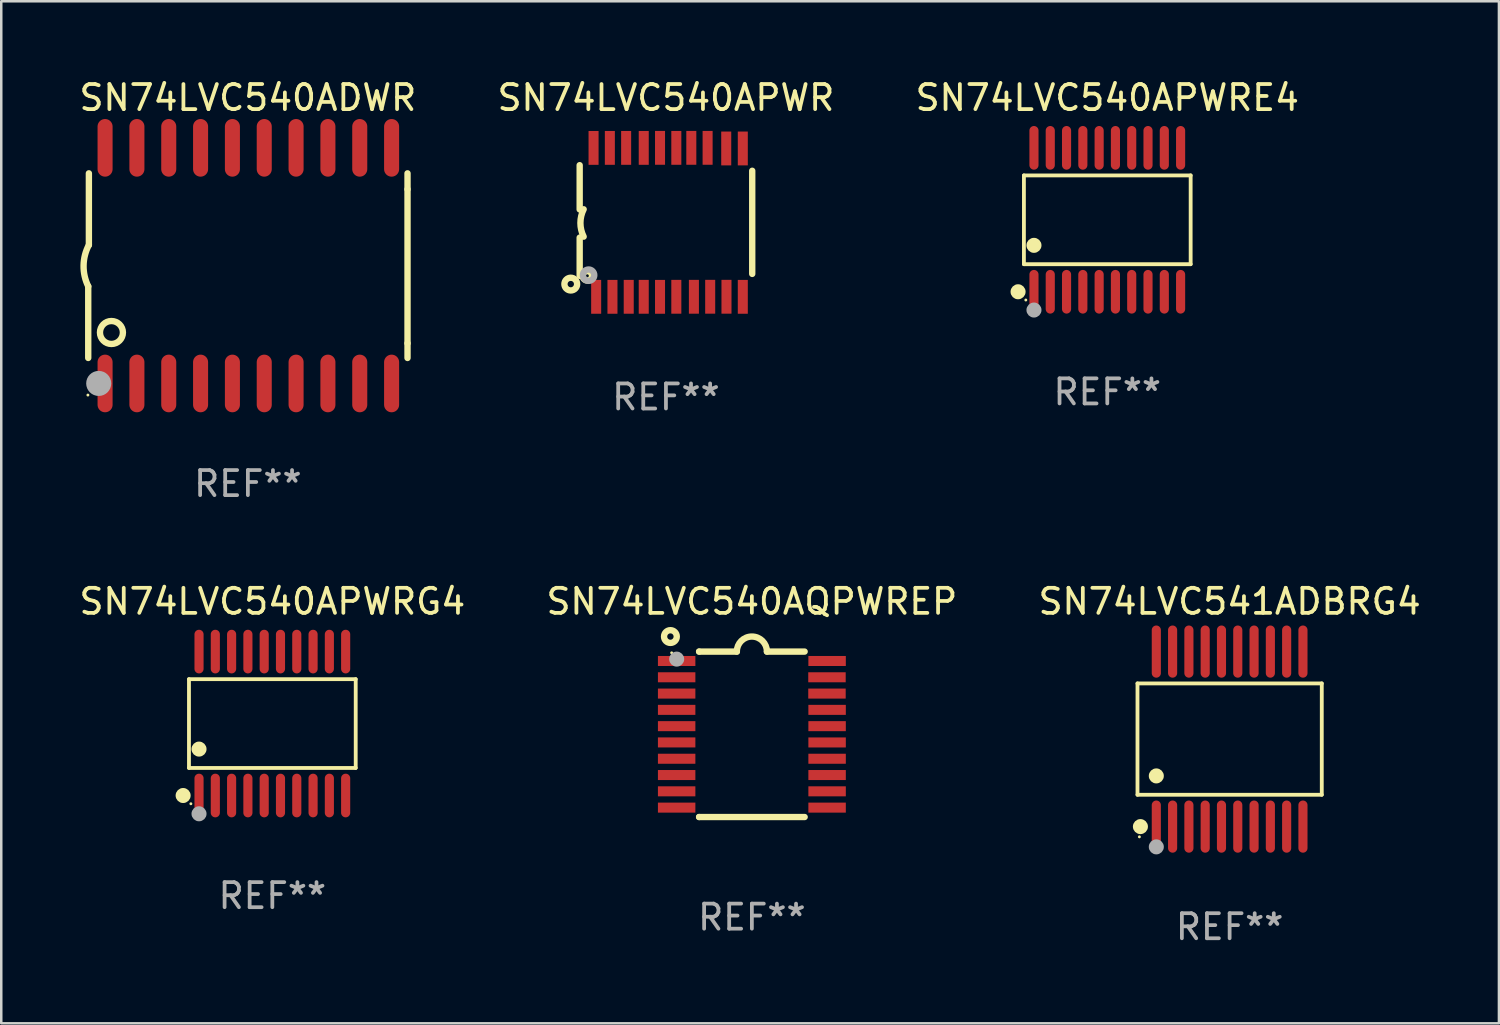
<source format=kicad_pcb>
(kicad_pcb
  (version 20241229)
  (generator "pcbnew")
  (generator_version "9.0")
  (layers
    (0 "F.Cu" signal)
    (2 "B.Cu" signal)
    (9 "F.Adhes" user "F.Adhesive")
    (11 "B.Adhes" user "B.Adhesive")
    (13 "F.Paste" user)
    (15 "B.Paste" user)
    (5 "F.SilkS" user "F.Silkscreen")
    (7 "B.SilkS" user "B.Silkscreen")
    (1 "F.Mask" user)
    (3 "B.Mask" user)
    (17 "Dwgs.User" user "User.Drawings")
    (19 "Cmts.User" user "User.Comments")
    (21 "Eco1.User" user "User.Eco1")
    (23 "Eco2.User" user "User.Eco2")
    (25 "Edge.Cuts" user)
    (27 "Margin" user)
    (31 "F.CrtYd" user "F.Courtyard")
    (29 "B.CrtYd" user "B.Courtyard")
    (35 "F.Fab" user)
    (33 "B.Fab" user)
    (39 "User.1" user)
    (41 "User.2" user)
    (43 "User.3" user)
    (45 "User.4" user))
  (footprint "SN74LVC540APWRG4"
    (layer "F.Cu")
    (at 7.815 25.816)
    (property "Reference" "SN74LVC540APWRG4" (at 0 -4.871 0) (layer "F.SilkS") (effects (font (size 1 1) (thickness 0.15))))
    (attr through_hole)
    (fp_line (start -3.326 -1.771) (end 3.326 -1.771) (stroke (width 0.152) (type solid)) (layer "F.SilkS"))
    (fp_line (start -3.326 1.771) (end -3.326 -1.771) (stroke (width 0.152) (type solid)) (layer "F.SilkS"))
    (fp_line (start 3.326 -1.771) (end 3.326 1.771) (stroke (width 0.152) (type solid)) (layer "F.SilkS"))
    (fp_line (start 3.326 1.771) (end -3.326 1.771) (stroke (width 0.152) (type solid)) (layer "F.SilkS"))
    (fp_circle (center -3.559 2.871) (end -3.409 2.871) (stroke (width 0.3) (type solid)) (fill no) (layer "F.SilkS"))
    (fp_circle (center -3.25 3.2) (end -3.22 3.2) (stroke (width 0.06) (type solid)) (fill no) (layer "F.SilkS"))
    (fp_circle (center -2.925 1.019) (end -2.775 1.019) (stroke (width 0.3) (type solid)) (fill no) (layer "F.SilkS"))
    (fp_circle (center -2.925 3.6) (end -2.775 3.6) (stroke (width 0.3) (type solid)) (fill no) (layer "F.Fab"))
    (fp_text user "REF**" (at 0 6.871 0) (layer "F.Fab") (effects (font (size 1 1) (thickness 0.15))))
    (pad "1" smd oval (at -2.925 2.871) (size 0.364 1.742) (layers "F.Cu" "F.Mask" "F.Paste"))
    (pad "2" smd oval (at -2.275 2.871) (size 0.364 1.742) (layers "F.Cu" "F.Mask" "F.Paste"))
    (pad "3" smd oval (at -1.625 2.871) (size 0.364 1.742) (layers "F.Cu" "F.Mask" "F.Paste"))
    (pad "4" smd oval (at -0.975 2.871) (size 0.364 1.742) (layers "F.Cu" "F.Mask" "F.Paste"))
    (pad "5" smd oval (at -0.325 2.871) (size 0.364 1.742) (layers "F.Cu" "F.Mask" "F.Paste"))
    (pad "6" smd oval (at 0.325 2.871) (size 0.364 1.742) (layers "F.Cu" "F.Mask" "F.Paste"))
    (pad "7" smd oval (at 0.975 2.871) (size 0.364 1.742) (layers "F.Cu" "F.Mask" "F.Paste"))
    (pad "8" smd oval (at 1.625 2.871) (size 0.364 1.742) (layers "F.Cu" "F.Mask" "F.Paste"))
    (pad "9" smd oval (at 2.275 2.871) (size 0.364 1.742) (layers "F.Cu" "F.Mask" "F.Paste"))
    (pad "10" smd oval (at 2.925 2.871) (size 0.364 1.742) (layers "F.Cu" "F.Mask" "F.Paste"))
    (pad "11" smd oval (at 2.925 -2.871) (size 0.364 1.742) (layers "F.Cu" "F.Mask" "F.Paste"))
    (pad "12" smd oval (at 2.275 -2.871) (size 0.364 1.742) (layers "F.Cu" "F.Mask" "F.Paste"))
    (pad "13" smd oval (at 1.625 -2.871) (size 0.364 1.742) (layers "F.Cu" "F.Mask" "F.Paste"))
    (pad "14" smd oval (at 0.975 -2.871) (size 0.364 1.742) (layers "F.Cu" "F.Mask" "F.Paste"))
    (pad "15" smd oval (at 0.325 -2.871) (size 0.364 1.742) (layers "F.Cu" "F.Mask" "F.Paste"))
    (pad "16" smd oval (at -0.325 -2.871) (size 0.364 1.742) (layers "F.Cu" "F.Mask" "F.Paste"))
    (pad "17" smd oval (at -0.975 -2.871) (size 0.364 1.742) (layers "F.Cu" "F.Mask" "F.Paste"))
    (pad "18" smd oval (at -1.625 -2.871) (size 0.364 1.742) (layers "F.Cu" "F.Mask" "F.Paste"))
    (pad "19" smd oval (at -2.275 -2.871) (size 0.364 1.742) (layers "F.Cu" "F.Mask" "F.Paste"))
    (pad "20" smd oval (at -2.925 -2.871) (size 0.364 1.742) (layers "F.Cu" "F.Mask" "F.Paste")))
  (footprint "SN74LVC540APWRE4"
    (layer "F.Cu")
    (at 41.125 5.719)
    (property "Reference" "SN74LVC540APWRE4" (at 0 -4.871 0) (layer "F.SilkS") (effects (font (size 1 1) (thickness 0.15))))
    (attr through_hole)
    (fp_line (start -3.326 -1.771) (end 3.326 -1.771) (stroke (width 0.152) (type solid)) (layer "F.SilkS"))
    (fp_line (start -3.326 1.771) (end -3.326 -1.771) (stroke (width 0.152) (type solid)) (layer "F.SilkS"))
    (fp_line (start 3.326 -1.771) (end 3.326 1.771) (stroke (width 0.152) (type solid)) (layer "F.SilkS"))
    (fp_line (start 3.326 1.771) (end -3.326 1.771) (stroke (width 0.152) (type solid)) (layer "F.SilkS"))
    (fp_circle (center -3.559 2.871) (end -3.409 2.871) (stroke (width 0.3) (type solid)) (fill no) (layer "F.SilkS"))
    (fp_circle (center -3.25 3.2) (end -3.22 3.2) (stroke (width 0.06) (type solid)) (fill no) (layer "F.SilkS"))
    (fp_circle (center -2.925 1.019) (end -2.775 1.019) (stroke (width 0.3) (type solid)) (fill no) (layer "F.SilkS"))
    (fp_circle (center -2.925 3.6) (end -2.775 3.6) (stroke (width 0.3) (type solid)) (fill no) (layer "F.Fab"))
    (fp_text user "REF**" (at 0 6.871 0) (layer "F.Fab") (effects (font (size 1 1) (thickness 0.15))))
    (pad "1" smd oval (at -2.925 2.871) (size 0.364 1.742) (layers "F.Cu" "F.Mask" "F.Paste"))
    (pad "2" smd oval (at -2.275 2.871) (size 0.364 1.742) (layers "F.Cu" "F.Mask" "F.Paste"))
    (pad "3" smd oval (at -1.625 2.871) (size 0.364 1.742) (layers "F.Cu" "F.Mask" "F.Paste"))
    (pad "4" smd oval (at -0.975 2.871) (size 0.364 1.742) (layers "F.Cu" "F.Mask" "F.Paste"))
    (pad "5" smd oval (at -0.325 2.871) (size 0.364 1.742) (layers "F.Cu" "F.Mask" "F.Paste"))
    (pad "6" smd oval (at 0.325 2.871) (size 0.364 1.742) (layers "F.Cu" "F.Mask" "F.Paste"))
    (pad "7" smd oval (at 0.975 2.871) (size 0.364 1.742) (layers "F.Cu" "F.Mask" "F.Paste"))
    (pad "8" smd oval (at 1.625 2.871) (size 0.364 1.742) (layers "F.Cu" "F.Mask" "F.Paste"))
    (pad "9" smd oval (at 2.275 2.871) (size 0.364 1.742) (layers "F.Cu" "F.Mask" "F.Paste"))
    (pad "10" smd oval (at 2.925 2.871) (size 0.364 1.742) (layers "F.Cu" "F.Mask" "F.Paste"))
    (pad "11" smd oval (at 2.925 -2.871) (size 0.364 1.742) (layers "F.Cu" "F.Mask" "F.Paste"))
    (pad "12" smd oval (at 2.275 -2.871) (size 0.364 1.742) (layers "F.Cu" "F.Mask" "F.Paste"))
    (pad "13" smd oval (at 1.625 -2.871) (size 0.364 1.742) (layers "F.Cu" "F.Mask" "F.Paste"))
    (pad "14" smd oval (at 0.975 -2.871) (size 0.364 1.742) (layers "F.Cu" "F.Mask" "F.Paste"))
    (pad "15" smd oval (at 0.325 -2.871) (size 0.364 1.742) (layers "F.Cu" "F.Mask" "F.Paste"))
    (pad "16" smd oval (at -0.325 -2.871) (size 0.364 1.742) (layers "F.Cu" "F.Mask" "F.Paste"))
    (pad "17" smd oval (at -0.975 -2.871) (size 0.364 1.742) (layers "F.Cu" "F.Mask" "F.Paste"))
    (pad "18" smd oval (at -1.625 -2.871) (size 0.364 1.742) (layers "F.Cu" "F.Mask" "F.Paste"))
    (pad "19" smd oval (at -2.275 -2.871) (size 0.364 1.742) (layers "F.Cu" "F.Mask" "F.Paste"))
    (pad "20" smd oval (at -2.925 -2.871) (size 0.364 1.742) (layers "F.Cu" "F.Mask" "F.Paste")))
  (footprint "SN74LVC540APWR"
    (layer "F.Cu")
    (at 23.518 5.82)
    (property "Reference" "SN74LVC540APWR" (at 0 -4.972 0) (layer "F.SilkS") (effects (font (size 1 1) (thickness 0.15))))
    (attr through_hole)
    (fp_line (start -3.442 -0.514) (end -3.442 -2.28) (stroke (width 0.254) (type solid)) (layer "F.SilkS"))
    (fp_line (start -3.442 0.61) (end -3.442 2.134) (stroke (width 0.254) (type solid)) (layer "F.SilkS"))
    (fp_line (start 3.442 -2.057) (end 3.442 2.057) (stroke (width 0.254) (type solid)) (layer "F.SilkS"))
    (fp_arc (start -3.282957 0.571502) (mid -3.411874 0.0254) (end -3.282957 -0.520701) (stroke (width 0.254001) (type solid)) (layer "F.SilkS"))
    (fp_circle (center -3.797 2.464) (end -3.543 2.464) (stroke (width 0.254) (type solid)) (fill no) (layer "F.SilkS"))
    (fp_circle (center -3.137 2.134) (end -3.077 2.134) (stroke (width 0.254) (type solid)) (fill no) (layer "F.SilkS"))
    (fp_circle (center -3.086 2.108) (end -2.986 2.108) (stroke (width 0.254) (type solid)) (fill no) (layer "F.Fab"))
    (fp_text user "REF**" (at 0 6.972 0) (layer "F.Fab") (effects (font (size 1 1) (thickness 0.15))))
    (pad "1" smd rect (at -2.784 2.972 90) (size 1.35 0.4) (layers "F.Cu" "F.Mask" "F.Paste"))
    (pad "2" smd rect (at -2.134 2.972 270) (size 1.35 0.4) (layers "F.Cu" "F.Mask" "F.Paste"))
    (pad "3" smd rect (at -1.485 2.971 270) (size 1.35 0.4) (layers "F.Cu" "F.Mask" "F.Paste"))
    (pad "4" smd rect (at -0.886 2.971 270) (size 1.35 0.4) (layers "F.Cu" "F.Mask" "F.Paste"))
    (pad "5" smd rect (at -0.236 2.972 270) (size 1.35 0.4) (layers "F.Cu" "F.Mask" "F.Paste"))
    (pad "6" smd rect (at 0.414 2.97 270) (size 1.35 0.4) (layers "F.Cu" "F.Mask" "F.Paste"))
    (pad "7" smd rect (at 1.115 2.97 270) (size 1.35 0.4) (layers "F.Cu" "F.Mask" "F.Paste"))
    (pad "8" smd rect (at 1.765 2.969 270) (size 1.35 0.4) (layers "F.Cu" "F.Mask" "F.Paste"))
    (pad "9" smd rect (at 2.415 2.969 270) (size 1.35 0.4) (layers "F.Cu" "F.Mask" "F.Paste"))
    (pad "10" smd rect (at 3.066 2.972 270) (size 1.35 0.4) (layers "F.Cu" "F.Mask" "F.Paste"))
    (pad "11" smd rect (at 3.066 -2.947 270) (size 1.35 0.4) (layers "F.Cu" "F.Mask" "F.Paste"))
    (pad "12" smd rect (at 2.405 -2.947 270) (size 1.35 0.4) (layers "F.Cu" "F.Mask" "F.Paste"))
    (pad "13" smd rect (at 1.662 -2.972 90) (size 1.35 0.4) (layers "F.Cu" "F.Mask" "F.Paste"))
    (pad "14" smd rect (at 1.012 -2.972 90) (size 1.35 0.4) (layers "F.Cu" "F.Mask" "F.Paste"))
    (pad "15" smd rect (at 0.414 -2.971 90) (size 1.35 0.4) (layers "F.Cu" "F.Mask" "F.Paste"))
    (pad "16" smd rect (at -0.236 -2.972 90) (size 1.35 0.4) (layers "F.Cu" "F.Mask" "F.Paste"))
    (pad "17" smd rect (at -0.886 -2.97 90) (size 1.35 0.4) (layers "F.Cu" "F.Mask" "F.Paste"))
    (pad "18" smd rect (at -1.588 -2.97 90) (size 1.35 0.4) (layers "F.Cu" "F.Mask" "F.Paste"))
    (pad "19" smd rect (at -2.238 -2.97 90) (size 1.35 0.4) (layers "F.Cu" "F.Mask" "F.Paste"))
    (pad "20" smd rect (at -2.888 -2.969 90) (size 1.35 0.4) (layers "F.Cu" "F.Mask" "F.Paste")))
  (footprint "SN74LVC540AQPWREP"
    (layer "F.Cu")
    (at 26.946 26.245)
    (property "Reference" "SN74LVC540AQPWREP" (at 0 -5.3 0) (layer "F.SilkS") (effects (font (size 1 1) (thickness 0.15))))
    (attr through_hole)
    (fp_line (start -2.105 -3.3) (end -2.105 -3.3) (stroke (width 0.254) (type solid)) (layer "F.SilkS"))
    (fp_line (start -2.105 -3.3) (end -0.6 -3.3) (stroke (width 0.254) (type solid)) (layer "F.SilkS"))
    (fp_line (start -2.105 3.3) (end -2.105 3.3) (stroke (width 0.254) (type solid)) (layer "F.SilkS"))
    (fp_line (start 0.6 -3.3) (end 2.105 -3.3) (stroke (width 0.254) (type solid)) (layer "F.SilkS"))
    (fp_line (start 2.105 3.3) (end -2.105 3.3) (stroke (width 0.254) (type solid)) (layer "F.SilkS"))
    (fp_arc (start -0.599924 -3.300026) (mid 0.000114 -3.897415) (end 0.600152 -3.300025) (stroke (width 0.254001) (type solid)) (layer "F.SilkS"))
    (fp_circle (center -3.25 -3.9) (end -2.996 -3.9) (stroke (width 0.254) (type solid)) (fill no) (layer "F.SilkS"))
    (fp_circle (center -3.2 -3.25) (end -3.17 -3.25) (stroke (width 0.06) (type solid)) (fill no) (layer "F.SilkS"))
    (fp_circle (center -3 -3) (end -2.85 -3) (stroke (width 0.3) (type solid)) (fill no) (layer "F.Fab"))
    (fp_text user "REF**" (at 0 7.3 0) (layer "F.Fab") (effects (font (size 1 1) (thickness 0.15))))
    (pad "1" smd rect (at -3.001 -2.925 270) (size 0.4 1.494) (layers "F.Cu" "F.Mask" "F.Paste"))
    (pad "2" smd rect (at -3.001 -2.275 270) (size 0.4 1.494) (layers "F.Cu" "F.Mask" "F.Paste"))
    (pad "3" smd rect (at -3.001 -1.625 270) (size 0.4 1.494) (layers "F.Cu" "F.Mask" "F.Paste"))
    (pad "4" smd rect (at -3.001 -0.975 270) (size 0.4 1.494) (layers "F.Cu" "F.Mask" "F.Paste"))
    (pad "5" smd rect (at -3.001 -0.325 270) (size 0.4 1.494) (layers "F.Cu" "F.Mask" "F.Paste"))
    (pad "6" smd rect (at -3.001 0.324 270) (size 0.4 1.494) (layers "F.Cu" "F.Mask" "F.Paste"))
    (pad "7" smd rect (at -3.001 0.975 270) (size 0.4 1.494) (layers "F.Cu" "F.Mask" "F.Paste"))
    (pad "8" smd rect (at -3.001 1.625 270) (size 0.4 1.494) (layers "F.Cu" "F.Mask" "F.Paste"))
    (pad "9" smd rect (at -3.001 2.275 270) (size 0.4 1.494) (layers "F.Cu" "F.Mask" "F.Paste"))
    (pad "10" smd rect (at -3.001 2.925 270) (size 0.4 1.494) (layers "F.Cu" "F.Mask" "F.Paste"))
    (pad "11" smd rect (at 3.001 2.925 270) (size 0.4 1.494) (layers "F.Cu" "F.Mask" "F.Paste"))
    (pad "12" smd rect (at 3.001 2.275 270) (size 0.4 1.494) (layers "F.Cu" "F.Mask" "F.Paste"))
    (pad "13" smd rect (at 3.001 1.625 270) (size 0.4 1.494) (layers "F.Cu" "F.Mask" "F.Paste"))
    (pad "14" smd rect (at 3.001 0.975 270) (size 0.4 1.494) (layers "F.Cu" "F.Mask" "F.Paste"))
    (pad "15" smd rect (at 3.001 0.325 270) (size 0.4 1.494) (layers "F.Cu" "F.Mask" "F.Paste"))
    (pad "16" smd rect (at 3.001 -0.325 270) (size 0.4 1.494) (layers "F.Cu" "F.Mask" "F.Paste"))
    (pad "17" smd rect (at 3.001 -0.975 270) (size 0.4 1.494) (layers "F.Cu" "F.Mask" "F.Paste"))
    (pad "18" smd rect (at 2.996 -1.625 270) (size 0.4 1.494) (layers "F.Cu" "F.Mask" "F.Paste"))
    (pad "19" smd rect (at 2.996 -2.275 270) (size 0.4 1.494) (layers "F.Cu" "F.Mask" "F.Paste"))
    (pad "20" smd rect (at 3.001 -2.925 270) (size 0.4 1.494) (layers "F.Cu" "F.Mask" "F.Paste")))
  (footprint "SN74LVC541ADBRG4"
    (layer "F.Cu")
    (at 46.006 26.436)
    (property "Reference" "SN74LVC541ADBRG4" (at 0 -5.491 0) (layer "F.SilkS") (effects (font (size 1 1) (thickness 0.15))))
    (attr through_hole)
    (fp_line (start -3.676 -2.221) (end 3.676 -2.221) (stroke (width 0.152) (type solid)) (layer "F.SilkS"))
    (fp_line (start -3.676 2.221) (end -3.676 -2.221) (stroke (width 0.152) (type solid)) (layer "F.SilkS"))
    (fp_line (start 3.676 -2.221) (end 3.676 2.221) (stroke (width 0.152) (type solid)) (layer "F.SilkS"))
    (fp_line (start 3.676 2.221) (end -3.676 2.221) (stroke (width 0.152) (type solid)) (layer "F.SilkS"))
    (fp_circle (center -3.6 3.9) (end -3.57 3.9) (stroke (width 0.06) (type solid)) (fill no) (layer "F.SilkS"))
    (fp_circle (center -3.559 3.491) (end -3.409 3.491) (stroke (width 0.3) (type solid)) (fill no) (layer "F.SilkS"))
    (fp_circle (center -2.925 1.469) (end -2.775 1.469) (stroke (width 0.3) (type solid)) (fill no) (layer "F.SilkS"))
    (fp_circle (center -2.925 4.3) (end -2.775 4.3) (stroke (width 0.3) (type solid)) (fill no) (layer "F.Fab"))
    (fp_text user "REF**" (at 0 7.491 0) (layer "F.Fab") (effects (font (size 1 1) (thickness 0.15))))
    (pad "1" smd oval (at -2.925 3.491) (size 0.364 2.082) (layers "F.Cu" "F.Mask" "F.Paste"))
    (pad "2" smd oval (at -2.275 3.491) (size 0.364 2.082) (layers "F.Cu" "F.Mask" "F.Paste"))
    (pad "3" smd oval (at -1.625 3.491) (size 0.364 2.082) (layers "F.Cu" "F.Mask" "F.Paste"))
    (pad "4" smd oval (at -0.975 3.491) (size 0.364 2.082) (layers "F.Cu" "F.Mask" "F.Paste"))
    (pad "5" smd oval (at -0.325 3.491) (size 0.364 2.082) (layers "F.Cu" "F.Mask" "F.Paste"))
    (pad "6" smd oval (at 0.325 3.491) (size 0.364 2.082) (layers "F.Cu" "F.Mask" "F.Paste"))
    (pad "7" smd oval (at 0.975 3.491) (size 0.364 2.082) (layers "F.Cu" "F.Mask" "F.Paste"))
    (pad "8" smd oval (at 1.625 3.491) (size 0.364 2.082) (layers "F.Cu" "F.Mask" "F.Paste"))
    (pad "9" smd oval (at 2.275 3.491) (size 0.364 2.082) (layers "F.Cu" "F.Mask" "F.Paste"))
    (pad "10" smd oval (at 2.925 3.491) (size 0.364 2.082) (layers "F.Cu" "F.Mask" "F.Paste"))
    (pad "11" smd oval (at 2.925 -3.491) (size 0.364 2.082) (layers "F.Cu" "F.Mask" "F.Paste"))
    (pad "12" smd oval (at 2.275 -3.491) (size 0.364 2.082) (layers "F.Cu" "F.Mask" "F.Paste"))
    (pad "13" smd oval (at 1.625 -3.491) (size 0.364 2.082) (layers "F.Cu" "F.Mask" "F.Paste"))
    (pad "14" smd oval (at 0.975 -3.491) (size 0.364 2.082) (layers "F.Cu" "F.Mask" "F.Paste"))
    (pad "15" smd oval (at 0.325 -3.491) (size 0.364 2.082) (layers "F.Cu" "F.Mask" "F.Paste"))
    (pad "16" smd oval (at -0.325 -3.491) (size 0.364 2.082) (layers "F.Cu" "F.Mask" "F.Paste"))
    (pad "17" smd oval (at -0.975 -3.491) (size 0.364 2.082) (layers "F.Cu" "F.Mask" "F.Paste"))
    (pad "18" smd oval (at -1.625 -3.491) (size 0.364 2.082) (layers "F.Cu" "F.Mask" "F.Paste"))
    (pad "19" smd oval (at -2.275 -3.491) (size 0.364 2.082) (layers "F.Cu" "F.Mask" "F.Paste"))
    (pad "20" smd oval (at -2.925 -3.491) (size 0.364 2.082) (layers "F.Cu" "F.Mask" "F.Paste")))
  (footprint "SN74LVC540ADWR"
    (layer "F.Cu")
    (at 6.839 7.548)
    (property "Reference" "SN74LVC540ADWR" (at 0 -6.7 0) (layer "F.SilkS") (effects (font (size 1 1) (thickness 0.15))))
    (attr through_hole)
    (fp_line (start -6.369 0.826) (end -6.369 3.683) (stroke (width 0.254) (type solid)) (layer "F.SilkS"))
    (fp_line (start -6.343 -0.825) (end -6.343 -3.683) (stroke (width 0.254) (type solid)) (layer "F.SilkS"))
    (fp_line (start 6.369 -3.048) (end 6.369 -3.683) (stroke (width 0.254) (type solid)) (layer "F.SilkS"))
    (fp_line (start 6.369 -3.048) (end 6.369 3.096) (stroke (width 0.254) (type solid)) (layer "F.SilkS"))
    (fp_line (start 6.369 3.096) (end 6.369 3.683) (stroke (width 0.254) (type solid)) (layer "F.SilkS"))
    (fp_arc (start -6.36853 0.825552) (mid -6.554743 -0.00301) (end -6.343129 -0.825451) (stroke (width 0.254001) (type solid)) (layer "F.SilkS"))
    (fp_circle (center -6.382 5.163) (end -6.352 5.163) (stroke (width 0.06) (type solid)) (fill no) (layer "F.SilkS"))
    (fp_circle (center -5.443 2.667) (end -4.985 2.667) (stroke (width 0.254) (type solid)) (fill no) (layer "F.SilkS"))
    (fp_circle (center -5.951 4.699) (end -5.701 4.699) (stroke (width 0.5) (type solid)) (fill no) (layer "F.Fab"))
    (fp_text user "REF**" (at 0 8.7 0) (layer "F.Fab") (effects (font (size 1 1) (thickness 0.15))))
    (pad "1" smd oval (at -5.697 4.7 180) (size 0.6 2.3) (layers "F.Cu" "F.Mask" "F.Paste"))
    (pad "2" smd oval (at -4.427 4.7 180) (size 0.6 2.3) (layers "F.Cu" "F.Mask" "F.Paste"))
    (pad "3" smd oval (at -3.157 4.7 180) (size 0.6 2.3) (layers "F.Cu" "F.Mask" "F.Paste"))
    (pad "4" smd oval (at -1.887 4.7 180) (size 0.6 2.3) (layers "F.Cu" "F.Mask" "F.Paste"))
    (pad "5" smd oval (at -0.617 4.7 180) (size 0.6 2.3) (layers "F.Cu" "F.Mask" "F.Paste"))
    (pad "6" smd oval (at 0.653 4.7 180) (size 0.6 2.3) (layers "F.Cu" "F.Mask" "F.Paste"))
    (pad "7" smd oval (at 1.923 4.7 180) (size 0.6 2.3) (layers "F.Cu" "F.Mask" "F.Paste"))
    (pad "8" smd oval (at 3.193 4.7 180) (size 0.6 2.3) (layers "F.Cu" "F.Mask" "F.Paste"))
    (pad "9" smd oval (at 4.463 4.7 180) (size 0.6 2.3) (layers "F.Cu" "F.Mask" "F.Paste"))
    (pad "10" smd oval (at 5.734 4.7 180) (size 0.6 2.3) (layers "F.Cu" "F.Mask" "F.Paste"))
    (pad "11" smd oval (at 5.734 -4.7 180) (size 0.6 2.3) (layers "F.Cu" "F.Mask" "F.Paste"))
    (pad "12" smd oval (at 4.463 -4.7 180) (size 0.6 2.3) (layers "F.Cu" "F.Mask" "F.Paste"))
    (pad "13" smd oval (at 3.193 -4.7 180) (size 0.6 2.3) (layers "F.Cu" "F.Mask" "F.Paste"))
    (pad "14" smd oval (at 1.923 -4.7 180) (size 0.6 2.3) (layers "F.Cu" "F.Mask" "F.Paste"))
    (pad "15" smd oval (at 0.653 -4.7 180) (size 0.6 2.3) (layers "F.Cu" "F.Mask" "F.Paste"))
    (pad "16" smd oval (at -0.617 -4.7 180) (size 0.6 2.3) (layers "F.Cu" "F.Mask" "F.Paste"))
    (pad "17" smd oval (at -1.887 -4.7 180) (size 0.6 2.3) (layers "F.Cu" "F.Mask" "F.Paste"))
    (pad "18" smd oval (at -3.157 -4.7 180) (size 0.6 2.3) (layers "F.Cu" "F.Mask" "F.Paste"))
    (pad "19" smd oval (at -4.427 -4.7 180) (size 0.6 2.3) (layers "F.Cu" "F.Mask" "F.Paste"))
    (pad "20" smd oval (at -5.697 -4.7 180) (size 0.6 2.3) (layers "F.Cu" "F.Mask" "F.Paste")))
  (gr_rect
    (start -3 -3)
    (end 56.75 37.775)
    (stroke (width 0.1) (type default))
    (fill no)
    (layer "Edge.Cuts")))
</source>
